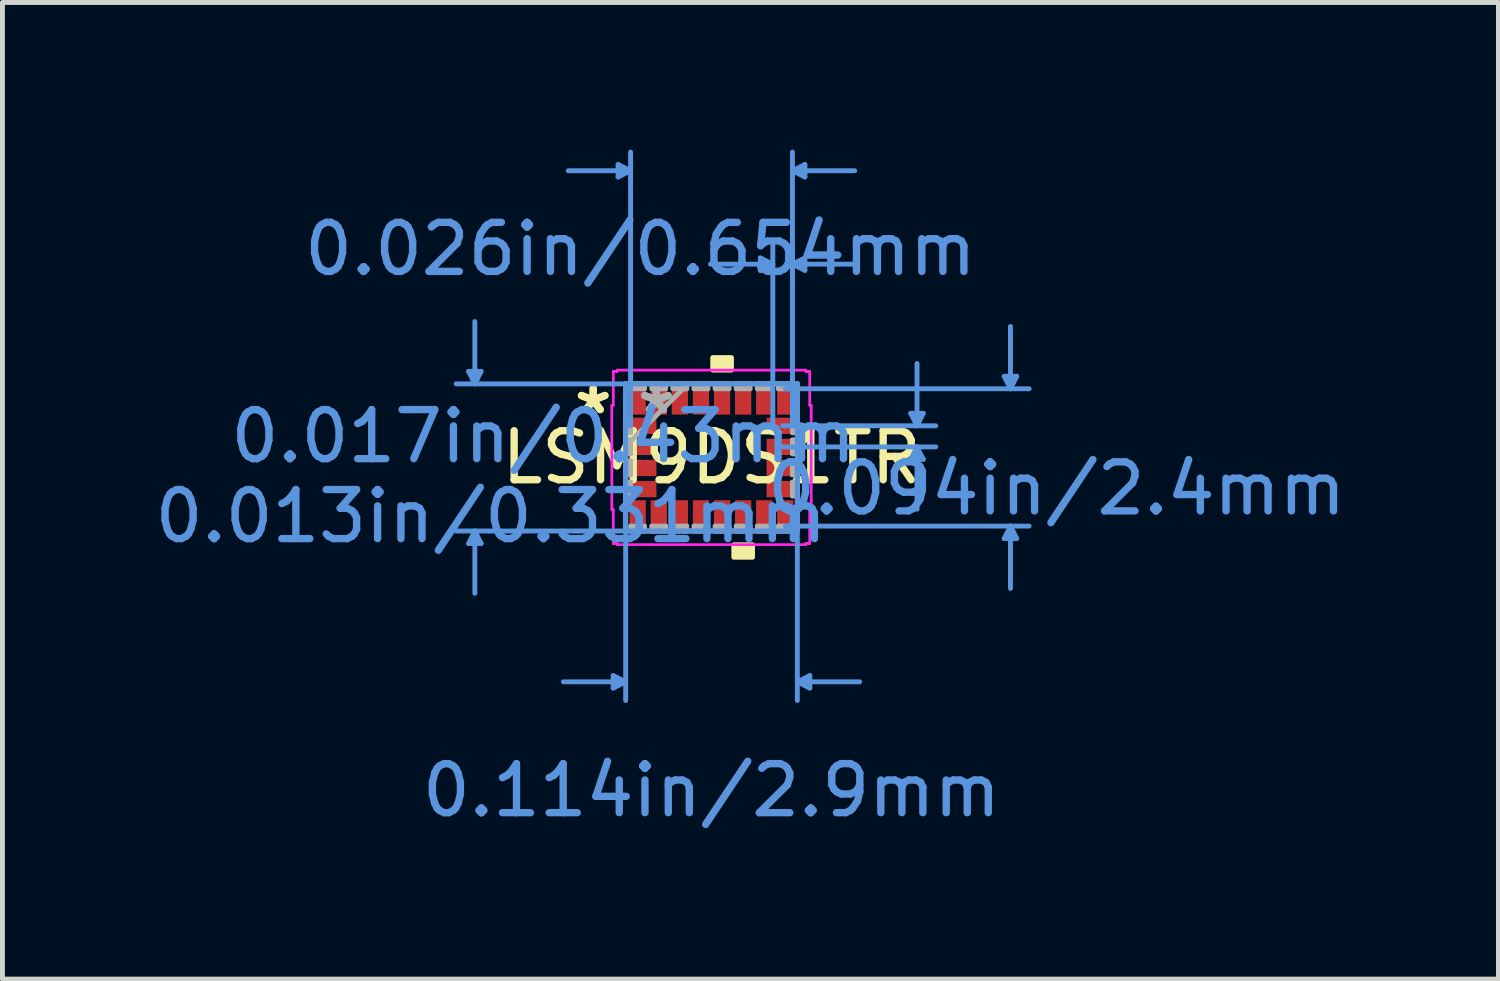
<source format=kicad_pcb>
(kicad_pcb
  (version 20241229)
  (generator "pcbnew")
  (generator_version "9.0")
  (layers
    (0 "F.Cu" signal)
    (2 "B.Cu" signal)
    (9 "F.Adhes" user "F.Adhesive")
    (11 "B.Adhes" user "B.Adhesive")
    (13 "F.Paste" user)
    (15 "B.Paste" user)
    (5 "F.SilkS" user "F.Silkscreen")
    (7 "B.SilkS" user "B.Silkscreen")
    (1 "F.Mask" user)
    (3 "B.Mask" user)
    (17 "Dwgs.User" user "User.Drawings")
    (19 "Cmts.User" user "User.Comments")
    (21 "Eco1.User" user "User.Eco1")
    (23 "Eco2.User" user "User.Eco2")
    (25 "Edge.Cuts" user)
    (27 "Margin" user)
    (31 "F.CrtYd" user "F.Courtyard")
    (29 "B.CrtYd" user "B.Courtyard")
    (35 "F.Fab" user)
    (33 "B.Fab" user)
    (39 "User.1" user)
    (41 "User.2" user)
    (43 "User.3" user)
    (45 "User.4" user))
  (footprint "LSM9DS1TR"
    (layer "F.Cu")
    (at 11.456 6.276)
    (property "Reference" "LSM9DS1TR" (at 0 0 0) (layer "F.SilkS") (effects (font (size 1 1) (thickness 0.15))))
    (attr through_hole)
    (fp_poly (pts (xy 0.025 -1.781) (xy 0.025 -2.035) (xy 0.406 -2.035) (xy 0.406 -1.781)) (stroke (width 0.1) (type solid)) (fill yes) (layer "F.SilkS"))
    (fp_poly (pts (xy 0.455 1.781) (xy 0.455 2.035) (xy 0.836 2.035) (xy 0.836 1.781)) (stroke (width 0.1) (type solid)) (fill yes) (layer "F.SilkS"))
    (fp_line (start -4.952 -1.754) (end -4.698 -1.754) (stroke (width 0.1) (type solid)) (layer "Cmts.User"))
    (fp_line (start -4.952 1.754) (end -4.698 1.754) (stroke (width 0.1) (type solid)) (layer "Cmts.User"))
    (fp_line (start -4.825 -1.5) (end -4.952 -1.754) (stroke (width 0.1) (type solid)) (layer "Cmts.User"))
    (fp_line (start -4.825 -1.5) (end -4.825 -2.77) (stroke (width 0.1) (type solid)) (layer "Cmts.User"))
    (fp_line (start -4.825 -1.5) (end -4.698 -1.754) (stroke (width 0.1) (type solid)) (layer "Cmts.User"))
    (fp_line (start -4.825 1.5) (end -4.952 1.754) (stroke (width 0.1) (type solid)) (layer "Cmts.User"))
    (fp_line (start -4.825 1.5) (end -4.825 2.77) (stroke (width 0.1) (type solid)) (layer "Cmts.User"))
    (fp_line (start -4.825 1.5) (end -4.698 1.754) (stroke (width 0.1) (type solid)) (layer "Cmts.User"))
    (fp_line (start -2.004 4.448) (end -2.004 4.702) (stroke (width 0.1) (type solid)) (layer "Cmts.User"))
    (fp_line (start -1.904 -5.972) (end -1.904 -5.718) (stroke (width 0.1) (type solid)) (layer "Cmts.User"))
    (fp_line (start -1.75 -1.5) (end -1.75 4.956) (stroke (width 0.1) (type solid)) (layer "Cmts.User"))
    (fp_line (start -1.75 4.575) (end -3.02 4.575) (stroke (width 0.1) (type solid)) (layer "Cmts.User"))
    (fp_line (start -1.75 4.575) (end -2.004 4.448) (stroke (width 0.1) (type solid)) (layer "Cmts.User"))
    (fp_line (start -1.75 4.575) (end -2.004 4.702) (stroke (width 0.1) (type solid)) (layer "Cmts.User"))
    (fp_line (start -1.65 -5.845) (end -2.92 -5.845) (stroke (width 0.1) (type solid)) (layer "Cmts.User"))
    (fp_line (start -1.65 -5.845) (end -1.904 -5.972) (stroke (width 0.1) (type solid)) (layer "Cmts.User"))
    (fp_line (start -1.65 -5.845) (end -1.904 -5.718) (stroke (width 0.1) (type solid)) (layer "Cmts.User"))
    (fp_line (start -1.65 -0.645) (end -1.65 -6.226) (stroke (width 0.1) (type solid)) (layer "Cmts.User"))
    (fp_line (start 0.996 -4.067) (end 0.996 -3.813) (stroke (width 0.1) (type solid)) (layer "Cmts.User"))
    (fp_line (start 1.25 -3.94) (end -0.02 -3.94) (stroke (width 0.1) (type solid)) (layer "Cmts.User"))
    (fp_line (start 1.25 -3.94) (end 0.996 -4.067) (stroke (width 0.1) (type solid)) (layer "Cmts.User"))
    (fp_line (start 1.25 -3.94) (end 0.996 -3.813) (stroke (width 0.1) (type solid)) (layer "Cmts.User"))
    (fp_line (start 1.25 -0.645) (end 1.25 -4.321) (stroke (width 0.1) (type solid)) (layer "Cmts.User"))
    (fp_line (start 1.45 -0.645) (end 4.571 -0.645) (stroke (width 0.1) (type solid)) (layer "Cmts.User"))
    (fp_line (start 1.45 -0.215) (end 4.571 -0.215) (stroke (width 0.1) (type solid)) (layer "Cmts.User"))
    (fp_line (start 1.505 -1.4) (end 6.476 -1.4) (stroke (width 0.1) (type solid)) (layer "Cmts.User"))
    (fp_line (start 1.505 1.4) (end 6.476 1.4) (stroke (width 0.1) (type solid)) (layer "Cmts.User"))
    (fp_line (start 1.65 -5.845) (end 1.904 -5.972) (stroke (width 0.1) (type solid)) (layer "Cmts.User"))
    (fp_line (start 1.65 -5.845) (end 1.904 -5.718) (stroke (width 0.1) (type solid)) (layer "Cmts.User"))
    (fp_line (start 1.65 -5.845) (end 2.92 -5.845) (stroke (width 0.1) (type solid)) (layer "Cmts.User"))
    (fp_line (start 1.65 -3.94) (end 1.904 -4.067) (stroke (width 0.1) (type solid)) (layer "Cmts.User"))
    (fp_line (start 1.65 -3.94) (end 1.904 -3.813) (stroke (width 0.1) (type solid)) (layer "Cmts.User"))
    (fp_line (start 1.65 -3.94) (end 2.92 -3.94) (stroke (width 0.1) (type solid)) (layer "Cmts.User"))
    (fp_line (start 1.65 -0.645) (end 1.65 -6.226) (stroke (width 0.1) (type solid)) (layer "Cmts.User"))
    (fp_line (start 1.65 -0.645) (end 1.65 -4.321) (stroke (width 0.1) (type solid)) (layer "Cmts.User"))
    (fp_line (start 1.75 -1.5) (end -5.206 -1.5) (stroke (width 0.1) (type solid)) (layer "Cmts.User"))
    (fp_line (start 1.75 -1.5) (end 1.75 4.956) (stroke (width 0.1) (type solid)) (layer "Cmts.User"))
    (fp_line (start 1.75 1.5) (end -5.206 1.5) (stroke (width 0.1) (type solid)) (layer "Cmts.User"))
    (fp_line (start 1.75 4.575) (end 2.004 4.448) (stroke (width 0.1) (type solid)) (layer "Cmts.User"))
    (fp_line (start 1.75 4.575) (end 2.004 4.702) (stroke (width 0.1) (type solid)) (layer "Cmts.User"))
    (fp_line (start 1.75 4.575) (end 3.02 4.575) (stroke (width 0.1) (type solid)) (layer "Cmts.User"))
    (fp_line (start 1.904 -5.972) (end 1.904 -5.718) (stroke (width 0.1) (type solid)) (layer "Cmts.User"))
    (fp_line (start 1.904 -4.067) (end 1.904 -3.813) (stroke (width 0.1) (type solid)) (layer "Cmts.User"))
    (fp_line (start 2.004 4.448) (end 2.004 4.702) (stroke (width 0.1) (type solid)) (layer "Cmts.User"))
    (fp_line (start 4.063 -0.899) (end 4.317 -0.899) (stroke (width 0.1) (type solid)) (layer "Cmts.User"))
    (fp_line (start 4.063 0.039) (end 4.317 0.039) (stroke (width 0.1) (type solid)) (layer "Cmts.User"))
    (fp_line (start 4.19 -0.645) (end 4.063 -0.899) (stroke (width 0.1) (type solid)) (layer "Cmts.User"))
    (fp_line (start 4.19 -0.645) (end 4.19 -1.915) (stroke (width 0.1) (type solid)) (layer "Cmts.User"))
    (fp_line (start 4.19 -0.645) (end 4.317 -0.899) (stroke (width 0.1) (type solid)) (layer "Cmts.User"))
    (fp_line (start 4.19 -0.215) (end 4.063 0.039) (stroke (width 0.1) (type solid)) (layer "Cmts.User"))
    (fp_line (start 4.19 -0.215) (end 4.19 1.055) (stroke (width 0.1) (type solid)) (layer "Cmts.User"))
    (fp_line (start 4.19 -0.215) (end 4.317 0.039) (stroke (width 0.1) (type solid)) (layer "Cmts.User"))
    (fp_line (start 5.968 -1.654) (end 6.222 -1.654) (stroke (width 0.1) (type solid)) (layer "Cmts.User"))
    (fp_line (start 5.968 1.654) (end 6.222 1.654) (stroke (width 0.1) (type solid)) (layer "Cmts.User"))
    (fp_line (start 6.095 -1.4) (end 5.968 -1.654) (stroke (width 0.1) (type solid)) (layer "Cmts.User"))
    (fp_line (start 6.095 -1.4) (end 6.095 -2.67) (stroke (width 0.1) (type solid)) (layer "Cmts.User"))
    (fp_line (start 6.095 -1.4) (end 6.222 -1.654) (stroke (width 0.1) (type solid)) (layer "Cmts.User"))
    (fp_line (start 6.095 1.4) (end 5.968 1.654) (stroke (width 0.1) (type solid)) (layer "Cmts.User"))
    (fp_line (start 6.095 1.4) (end 6.095 2.67) (stroke (width 0.1) (type solid)) (layer "Cmts.User"))
    (fp_line (start 6.095 1.4) (end 6.222 1.654) (stroke (width 0.1) (type solid)) (layer "Cmts.User"))
    (fp_line (start -2.031 -1.064) (end -2.004 -1.064) (stroke (width 0.05) (type solid)) (layer "F.CrtYd"))
    (fp_line (start -2.031 -1.064) (end -2.004 -1.064) (stroke (width 0.05) (type solid)) (layer "F.CrtYd"))
    (fp_line (start -2.031 1.064) (end -2.031 -1.064) (stroke (width 0.05) (type solid)) (layer "F.CrtYd"))
    (fp_line (start -2.031 1.064) (end -2.031 -1.064) (stroke (width 0.05) (type solid)) (layer "F.CrtYd"))
    (fp_line (start -2.004 -1.754) (end -1.924 -1.754) (stroke (width 0.05) (type solid)) (layer "F.CrtYd"))
    (fp_line (start -2.004 -1.754) (end -1.924 -1.754) (stroke (width 0.05) (type solid)) (layer "F.CrtYd"))
    (fp_line (start -2.004 -1.064) (end -2.004 -1.754) (stroke (width 0.05) (type solid)) (layer "F.CrtYd"))
    (fp_line (start -2.004 -1.064) (end -2.004 -1.754) (stroke (width 0.05) (type solid)) (layer "F.CrtYd"))
    (fp_line (start -2.004 1.064) (end -2.031 1.064) (stroke (width 0.05) (type solid)) (layer "F.CrtYd"))
    (fp_line (start -2.004 1.064) (end -2.031 1.064) (stroke (width 0.05) (type solid)) (layer "F.CrtYd"))
    (fp_line (start -2.004 1.754) (end -2.004 1.064) (stroke (width 0.05) (type solid)) (layer "F.CrtYd"))
    (fp_line (start -2.004 1.754) (end -2.004 1.064) (stroke (width 0.05) (type solid)) (layer "F.CrtYd"))
    (fp_line (start -1.924 -1.781) (end 1.924 -1.781) (stroke (width 0.05) (type solid)) (layer "F.CrtYd"))
    (fp_line (start -1.924 -1.781) (end 1.924 -1.781) (stroke (width 0.05) (type solid)) (layer "F.CrtYd"))
    (fp_line (start -1.924 -1.754) (end -1.924 -1.781) (stroke (width 0.05) (type solid)) (layer "F.CrtYd"))
    (fp_line (start -1.924 -1.754) (end -1.924 -1.781) (stroke (width 0.05) (type solid)) (layer "F.CrtYd"))
    (fp_line (start -1.924 1.754) (end -2.004 1.754) (stroke (width 0.05) (type solid)) (layer "F.CrtYd"))
    (fp_line (start -1.924 1.754) (end -2.004 1.754) (stroke (width 0.05) (type solid)) (layer "F.CrtYd"))
    (fp_line (start -1.924 1.781) (end -1.924 1.754) (stroke (width 0.05) (type solid)) (layer "F.CrtYd"))
    (fp_line (start -1.924 1.781) (end -1.924 1.754) (stroke (width 0.05) (type solid)) (layer "F.CrtYd"))
    (fp_line (start 1.924 -1.781) (end 1.924 -1.754) (stroke (width 0.05) (type solid)) (layer "F.CrtYd"))
    (fp_line (start 1.924 -1.781) (end 1.924 -1.754) (stroke (width 0.05) (type solid)) (layer "F.CrtYd"))
    (fp_line (start 1.924 -1.754) (end 2.004 -1.754) (stroke (width 0.05) (type solid)) (layer "F.CrtYd"))
    (fp_line (start 1.924 -1.754) (end 2.004 -1.754) (stroke (width 0.05) (type solid)) (layer "F.CrtYd"))
    (fp_line (start 1.924 1.754) (end 1.924 1.781) (stroke (width 0.05) (type solid)) (layer "F.CrtYd"))
    (fp_line (start 1.924 1.754) (end 1.924 1.781) (stroke (width 0.05) (type solid)) (layer "F.CrtYd"))
    (fp_line (start 1.924 1.781) (end -1.924 1.781) (stroke (width 0.05) (type solid)) (layer "F.CrtYd"))
    (fp_line (start 1.924 1.781) (end -1.924 1.781) (stroke (width 0.05) (type solid)) (layer "F.CrtYd"))
    (fp_line (start 2.004 -1.754) (end 2.004 -1.064) (stroke (width 0.05) (type solid)) (layer "F.CrtYd"))
    (fp_line (start 2.004 -1.754) (end 2.004 -1.064) (stroke (width 0.05) (type solid)) (layer "F.CrtYd"))
    (fp_line (start 2.004 -1.064) (end 2.031 -1.064) (stroke (width 0.05) (type solid)) (layer "F.CrtYd"))
    (fp_line (start 2.004 -1.064) (end 2.031 -1.064) (stroke (width 0.05) (type solid)) (layer "F.CrtYd"))
    (fp_line (start 2.004 1.064) (end 2.004 1.754) (stroke (width 0.05) (type solid)) (layer "F.CrtYd"))
    (fp_line (start 2.004 1.064) (end 2.004 1.754) (stroke (width 0.05) (type solid)) (layer "F.CrtYd"))
    (fp_line (start 2.004 1.754) (end 1.924 1.754) (stroke (width 0.05) (type solid)) (layer "F.CrtYd"))
    (fp_line (start 2.004 1.754) (end 1.924 1.754) (stroke (width 0.05) (type solid)) (layer "F.CrtYd"))
    (fp_line (start 2.031 -1.064) (end 2.031 1.064) (stroke (width 0.05) (type solid)) (layer "F.CrtYd"))
    (fp_line (start 2.031 -1.064) (end 2.031 1.064) (stroke (width 0.05) (type solid)) (layer "F.CrtYd"))
    (fp_line (start 2.031 1.064) (end 2.004 1.064) (stroke (width 0.05) (type solid)) (layer "F.CrtYd"))
    (fp_line (start 2.031 1.064) (end 2.004 1.064) (stroke (width 0.05) (type solid)) (layer "F.CrtYd"))
    (fp_line (start -1.75 -1.5) (end -1.75 -1.5) (stroke (width 0.1) (type solid)) (layer "F.Fab"))
    (fp_line (start -1.75 -1.5) (end -1.75 1.5) (stroke (width 0.1) (type solid)) (layer "F.Fab"))
    (fp_line (start -1.75 -0.785) (end -1.65 -0.785) (stroke (width 0.1) (type solid)) (layer "F.Fab"))
    (fp_line (start -1.75 -0.505) (end -1.75 -0.785) (stroke (width 0.1) (type solid)) (layer "F.Fab"))
    (fp_line (start -1.75 -0.355) (end -1.65 -0.355) (stroke (width 0.1) (type solid)) (layer "F.Fab"))
    (fp_line (start -1.75 -0.23) (end -0.48 -1.5) (stroke (width 0.1) (type solid)) (layer "F.Fab"))
    (fp_line (start -1.75 -0.075) (end -1.75 -0.355) (stroke (width 0.1) (type solid)) (layer "F.Fab"))
    (fp_line (start -1.75 0.075) (end -1.65 0.075) (stroke (width 0.1) (type solid)) (layer "F.Fab"))
    (fp_line (start -1.75 0.355) (end -1.75 0.075) (stroke (width 0.1) (type solid)) (layer "F.Fab"))
    (fp_line (start -1.75 0.505) (end -1.65 0.505) (stroke (width 0.1) (type solid)) (layer "F.Fab"))
    (fp_line (start -1.75 0.785) (end -1.75 0.505) (stroke (width 0.1) (type solid)) (layer "F.Fab"))
    (fp_line (start -1.75 1.5) (end -1.75 1.5) (stroke (width 0.1) (type solid)) (layer "F.Fab"))
    (fp_line (start -1.75 1.5) (end 1.75 1.5) (stroke (width 0.1) (type solid)) (layer "F.Fab"))
    (fp_line (start -1.65 -0.785) (end -1.65 -0.505) (stroke (width 0.1) (type solid)) (layer "F.Fab"))
    (fp_line (start -1.65 -0.505) (end -1.75 -0.505) (stroke (width 0.1) (type solid)) (layer "F.Fab"))
    (fp_line (start -1.65 -0.355) (end -1.65 -0.075) (stroke (width 0.1) (type solid)) (layer "F.Fab"))
    (fp_line (start -1.65 -0.075) (end -1.75 -0.075) (stroke (width 0.1) (type solid)) (layer "F.Fab"))
    (fp_line (start -1.65 0.075) (end -1.65 0.355) (stroke (width 0.1) (type solid)) (layer "F.Fab"))
    (fp_line (start -1.65 0.355) (end -1.75 0.355) (stroke (width 0.1) (type solid)) (layer "F.Fab"))
    (fp_line (start -1.65 0.505) (end -1.65 0.785) (stroke (width 0.1) (type solid)) (layer "F.Fab"))
    (fp_line (start -1.65 0.785) (end -1.75 0.785) (stroke (width 0.1) (type solid)) (layer "F.Fab"))
    (fp_line (start -1.645 -1.5) (end -1.365 -1.5) (stroke (width 0.1) (type solid)) (layer "F.Fab"))
    (fp_line (start -1.645 -1.4) (end -1.645 -1.5) (stroke (width 0.1) (type solid)) (layer "F.Fab"))
    (fp_line (start -1.645 1.4) (end -1.365 1.4) (stroke (width 0.1) (type solid)) (layer "F.Fab"))
    (fp_line (start -1.645 1.5) (end -1.645 1.4) (stroke (width 0.1) (type solid)) (layer "F.Fab"))
    (fp_line (start -1.365 -1.5) (end -1.365 -1.4) (stroke (width 0.1) (type solid)) (layer "F.Fab"))
    (fp_line (start -1.365 -1.4) (end -1.645 -1.4) (stroke (width 0.1) (type solid)) (layer "F.Fab"))
    (fp_line (start -1.365 1.4) (end -1.365 1.5) (stroke (width 0.1) (type solid)) (layer "F.Fab"))
    (fp_line (start -1.365 1.5) (end -1.645 1.5) (stroke (width 0.1) (type solid)) (layer "F.Fab"))
    (fp_line (start -1.215 -1.5) (end -0.935 -1.5) (stroke (width 0.1) (type solid)) (layer "F.Fab"))
    (fp_line (start -1.215 -1.4) (end -1.215 -1.5) (stroke (width 0.1) (type solid)) (layer "F.Fab"))
    (fp_line (start -1.215 1.4) (end -0.935 1.4) (stroke (width 0.1) (type solid)) (layer "F.Fab"))
    (fp_line (start -1.215 1.5) (end -1.215 1.4) (stroke (width 0.1) (type solid)) (layer "F.Fab"))
    (fp_line (start -0.935 -1.5) (end -0.935 -1.4) (stroke (width 0.1) (type solid)) (layer "F.Fab"))
    (fp_line (start -0.935 -1.4) (end -1.215 -1.4) (stroke (width 0.1) (type solid)) (layer "F.Fab"))
    (fp_line (start -0.935 1.4) (end -0.935 1.5) (stroke (width 0.1) (type solid)) (layer "F.Fab"))
    (fp_line (start -0.935 1.5) (end -1.215 1.5) (stroke (width 0.1) (type solid)) (layer "F.Fab"))
    (fp_line (start -0.785 -1.5) (end -0.505 -1.5) (stroke (width 0.1) (type solid)) (layer "F.Fab"))
    (fp_line (start -0.785 -1.4) (end -0.785 -1.5) (stroke (width 0.1) (type solid)) (layer "F.Fab"))
    (fp_line (start -0.785 1.4) (end -0.505 1.4) (stroke (width 0.1) (type solid)) (layer "F.Fab"))
    (fp_line (start -0.785 1.5) (end -0.785 1.4) (stroke (width 0.1) (type solid)) (layer "F.Fab"))
    (fp_line (start -0.505 -1.5) (end -0.505 -1.4) (stroke (width 0.1) (type solid)) (layer "F.Fab"))
    (fp_line (start -0.505 -1.4) (end -0.785 -1.4) (stroke (width 0.1) (type solid)) (layer "F.Fab"))
    (fp_line (start -0.505 1.4) (end -0.505 1.5) (stroke (width 0.1) (type solid)) (layer "F.Fab"))
    (fp_line (start -0.505 1.5) (end -0.785 1.5) (stroke (width 0.1) (type solid)) (layer "F.Fab"))
    (fp_line (start -0.355 -1.5) (end -0.075 -1.5) (stroke (width 0.1) (type solid)) (layer "F.Fab"))
    (fp_line (start -0.355 -1.4) (end -0.355 -1.5) (stroke (width 0.1) (type solid)) (layer "F.Fab"))
    (fp_line (start -0.355 1.4) (end -0.075 1.4) (stroke (width 0.1) (type solid)) (layer "F.Fab"))
    (fp_line (start -0.355 1.5) (end -0.355 1.4) (stroke (width 0.1) (type solid)) (layer "F.Fab"))
    (fp_line (start -0.075 -1.5) (end -0.075 -1.4) (stroke (width 0.1) (type solid)) (layer "F.Fab"))
    (fp_line (start -0.075 -1.4) (end -0.355 -1.4) (stroke (width 0.1) (type solid)) (layer "F.Fab"))
    (fp_line (start -0.075 1.4) (end -0.075 1.5) (stroke (width 0.1) (type solid)) (layer "F.Fab"))
    (fp_line (start -0.075 1.5) (end -0.355 1.5) (stroke (width 0.1) (type solid)) (layer "F.Fab"))
    (fp_line (start 0.075 -1.5) (end 0.355 -1.5) (stroke (width 0.1) (type solid)) (layer "F.Fab"))
    (fp_line (start 0.075 -1.4) (end 0.075 -1.5) (stroke (width 0.1) (type solid)) (layer "F.Fab"))
    (fp_line (start 0.075 1.4) (end 0.355 1.4) (stroke (width 0.1) (type solid)) (layer "F.Fab"))
    (fp_line (start 0.075 1.5) (end 0.075 1.4) (stroke (width 0.1) (type solid)) (layer "F.Fab"))
    (fp_line (start 0.355 -1.5) (end 0.355 -1.4) (stroke (width 0.1) (type solid)) (layer "F.Fab"))
    (fp_line (start 0.355 -1.4) (end 0.075 -1.4) (stroke (width 0.1) (type solid)) (layer "F.Fab"))
    (fp_line (start 0.355 1.4) (end 0.355 1.5) (stroke (width 0.1) (type solid)) (layer "F.Fab"))
    (fp_line (start 0.355 1.5) (end 0.075 1.5) (stroke (width 0.1) (type solid)) (layer "F.Fab"))
    (fp_line (start 0.505 -1.5) (end 0.785 -1.5) (stroke (width 0.1) (type solid)) (layer "F.Fab"))
    (fp_line (start 0.505 -1.4) (end 0.505 -1.5) (stroke (width 0.1) (type solid)) (layer "F.Fab"))
    (fp_line (start 0.505 1.4) (end 0.785 1.4) (stroke (width 0.1) (type solid)) (layer "F.Fab"))
    (fp_line (start 0.505 1.5) (end 0.505 1.4) (stroke (width 0.1) (type solid)) (layer "F.Fab"))
    (fp_line (start 0.785 -1.5) (end 0.785 -1.4) (stroke (width 0.1) (type solid)) (layer "F.Fab"))
    (fp_line (start 0.785 -1.4) (end 0.505 -1.4) (stroke (width 0.1) (type solid)) (layer "F.Fab"))
    (fp_line (start 0.785 1.4) (end 0.785 1.5) (stroke (width 0.1) (type solid)) (layer "F.Fab"))
    (fp_line (start 0.785 1.5) (end 0.505 1.5) (stroke (width 0.1) (type solid)) (layer "F.Fab"))
    (fp_line (start 0.935 -1.5) (end 1.215 -1.5) (stroke (width 0.1) (type solid)) (layer "F.Fab"))
    (fp_line (start 0.935 -1.4) (end 0.935 -1.5) (stroke (width 0.1) (type solid)) (layer "F.Fab"))
    (fp_line (start 0.935 1.4) (end 1.215 1.4) (stroke (width 0.1) (type solid)) (layer "F.Fab"))
    (fp_line (start 0.935 1.5) (end 0.935 1.4) (stroke (width 0.1) (type solid)) (layer "F.Fab"))
    (fp_line (start 1.215 -1.5) (end 1.215 -1.4) (stroke (width 0.1) (type solid)) (layer "F.Fab"))
    (fp_line (start 1.215 -1.4) (end 0.935 -1.4) (stroke (width 0.1) (type solid)) (layer "F.Fab"))
    (fp_line (start 1.215 1.4) (end 1.215 1.5) (stroke (width 0.1) (type solid)) (layer "F.Fab"))
    (fp_line (start 1.215 1.5) (end 0.935 1.5) (stroke (width 0.1) (type solid)) (layer "F.Fab"))
    (fp_line (start 1.365 -1.5) (end 1.645 -1.5) (stroke (width 0.1) (type solid)) (layer "F.Fab"))
    (fp_line (start 1.365 -1.4) (end 1.365 -1.5) (stroke (width 0.1) (type solid)) (layer "F.Fab"))
    (fp_line (start 1.365 1.4) (end 1.645 1.4) (stroke (width 0.1) (type solid)) (layer "F.Fab"))
    (fp_line (start 1.365 1.5) (end 1.365 1.4) (stroke (width 0.1) (type solid)) (layer "F.Fab"))
    (fp_line (start 1.645 -1.5) (end 1.645 -1.4) (stroke (width 0.1) (type solid)) (layer "F.Fab"))
    (fp_line (start 1.645 -1.4) (end 1.365 -1.4) (stroke (width 0.1) (type solid)) (layer "F.Fab"))
    (fp_line (start 1.645 1.4) (end 1.645 1.5) (stroke (width 0.1) (type solid)) (layer "F.Fab"))
    (fp_line (start 1.645 1.5) (end 1.365 1.5) (stroke (width 0.1) (type solid)) (layer "F.Fab"))
    (fp_line (start 1.65 -0.785) (end 1.75 -0.785) (stroke (width 0.1) (type solid)) (layer "F.Fab"))
    (fp_line (start 1.65 -0.505) (end 1.65 -0.785) (stroke (width 0.1) (type solid)) (layer "F.Fab"))
    (fp_line (start 1.65 -0.355) (end 1.75 -0.355) (stroke (width 0.1) (type solid)) (layer "F.Fab"))
    (fp_line (start 1.65 -0.075) (end 1.65 -0.355) (stroke (width 0.1) (type solid)) (layer "F.Fab"))
    (fp_line (start 1.65 0.075) (end 1.75 0.075) (stroke (width 0.1) (type solid)) (layer "F.Fab"))
    (fp_line (start 1.65 0.355) (end 1.65 0.075) (stroke (width 0.1) (type solid)) (layer "F.Fab"))
    (fp_line (start 1.65 0.505) (end 1.75 0.505) (stroke (width 0.1) (type solid)) (layer "F.Fab"))
    (fp_line (start 1.65 0.785) (end 1.65 0.505) (stroke (width 0.1) (type solid)) (layer "F.Fab"))
    (fp_line (start 1.75 -1.5) (end -1.75 -1.5) (stroke (width 0.1) (type solid)) (layer "F.Fab"))
    (fp_line (start 1.75 -1.5) (end 1.75 -1.5) (stroke (width 0.1) (type solid)) (layer "F.Fab"))
    (fp_line (start 1.75 -0.785) (end 1.75 -0.505) (stroke (width 0.1) (type solid)) (layer "F.Fab"))
    (fp_line (start 1.75 -0.505) (end 1.65 -0.505) (stroke (width 0.1) (type solid)) (layer "F.Fab"))
    (fp_line (start 1.75 -0.355) (end 1.75 -0.075) (stroke (width 0.1) (type solid)) (layer "F.Fab"))
    (fp_line (start 1.75 -0.075) (end 1.65 -0.075) (stroke (width 0.1) (type solid)) (layer "F.Fab"))
    (fp_line (start 1.75 0.075) (end 1.75 0.355) (stroke (width 0.1) (type solid)) (layer "F.Fab"))
    (fp_line (start 1.75 0.355) (end 1.65 0.355) (stroke (width 0.1) (type solid)) (layer "F.Fab"))
    (fp_line (start 1.75 0.505) (end 1.75 0.785) (stroke (width 0.1) (type solid)) (layer "F.Fab"))
    (fp_line (start 1.75 0.785) (end 1.65 0.785) (stroke (width 0.1) (type solid)) (layer "F.Fab"))
    (fp_line (start 1.75 1.5) (end 1.75 -1.5) (stroke (width 0.1) (type solid)) (layer "F.Fab"))
    (fp_line (start 1.75 1.5) (end 1.75 1.5) (stroke (width 0.1) (type solid)) (layer "F.Fab"))
    (fp_text user "*" (at -2.412 -0.86 0) (layer "F.SilkS") (effects (font (size 1 1) (thickness 0.15))))
    (fp_text user "*" (at -2.412 -0.86 0) (layer "F.SilkS") (effects (font (size 1 1) (thickness 0.15))))
    (fp_text user "0.013in/0.331mm" (at -4.498 1.2 0) (layer "Cmts.User") (effects (font (size 1 1) (thickness 0.15))))
    (fp_text user "0.017in/0.43mm" (at -3.428 -0.43 0) (layer "Cmts.User") (effects (font (size 1 1) (thickness 0.15))))
    (fp_text user "Copyright 2021 Accelerated Designs. All rights reserved." (at 0 0 0) (layer "Cmts.User") (effects (font (size 0.127 0.127) (thickness 0.002))))
    (fp_text user "0.094in/2.4mm" (at 7.038 0.635 0) (layer "Cmts.User") (effects (font (size 1 1) (thickness 0.15))))
    (fp_text user "0.114in/2.9mm" (at 0 6.788 0) (layer "Cmts.User") (effects (font (size 1 1) (thickness 0.15))))
    (fp_text user "0.026in/0.654mm" (at -1.45 -4.248 0) (layer "Cmts.User") (effects (font (size 1 1) (thickness 0.15))))
    (fp_text user "*" (at -1.123 -0.86 0) (layer "F.Fab") (effects (font (size 1 1) (thickness 0.15))))
    (fp_text user "*" (at -1.123 -0.86 0) (layer "F.Fab") (effects (font (size 1 1) (thickness 0.15))))
    (pad "1" smd rect (at -1.505 -1.2) (size 0.331 0.654) (layers "F.Cu" "F.Mask" "F.Paste"))
    (pad "2" smd rect (at -1.45 -0.645 90) (size 0.331 0.654) (layers "F.Cu" "F.Mask" "F.Paste"))
    (pad "3" smd rect (at -1.45 -0.215 90) (size 0.331 0.654) (layers "F.Cu" "F.Mask" "F.Paste"))
    (pad "4" smd rect (at -1.45 0.215 90) (size 0.331 0.654) (layers "F.Cu" "F.Mask" "F.Paste"))
    (pad "5" smd rect (at -1.45 0.645 90) (size 0.331 0.654) (layers "F.Cu" "F.Mask" "F.Paste"))
    (pad "6" smd rect (at -1.505 1.2) (size 0.331 0.654) (layers "F.Cu" "F.Mask" "F.Paste"))
    (pad "7" smd rect (at -1.075 1.2) (size 0.331 0.654) (layers "F.Cu" "F.Mask" "F.Paste"))
    (pad "8" smd rect (at -0.645 1.2) (size 0.331 0.654) (layers "F.Cu" "F.Mask" "F.Paste"))
    (pad "9" smd rect (at -0.215 1.2) (size 0.331 0.654) (layers "F.Cu" "F.Mask" "F.Paste"))
    (pad "10" smd rect (at 0.215 1.2) (size 0.331 0.654) (layers "F.Cu" "F.Mask" "F.Paste"))
    (pad "11" smd rect (at 0.645 1.2) (size 0.331 0.654) (layers "F.Cu" "F.Mask" "F.Paste"))
    (pad "12" smd rect (at 1.075 1.2) (size 0.331 0.654) (layers "F.Cu" "F.Mask" "F.Paste"))
    (pad "13" smd rect (at 1.505 1.2) (size 0.331 0.654) (layers "F.Cu" "F.Mask" "F.Paste"))
    (pad "14" smd rect (at 1.45 0.645 90) (size 0.331 0.654) (layers "F.Cu" "F.Mask" "F.Paste"))
    (pad "15" smd rect (at 1.45 0.215 90) (size 0.331 0.654) (layers "F.Cu" "F.Mask" "F.Paste"))
    (pad "16" smd rect (at 1.45 -0.215 90) (size 0.331 0.654) (layers "F.Cu" "F.Mask" "F.Paste"))
    (pad "17" smd rect (at 1.45 -0.645 90) (size 0.331 0.654) (layers "F.Cu" "F.Mask" "F.Paste"))
    (pad "18" smd rect (at 1.505 -1.2) (size 0.331 0.654) (layers "F.Cu" "F.Mask" "F.Paste"))
    (pad "19" smd rect (at 1.075 -1.2) (size 0.331 0.654) (layers "F.Cu" "F.Mask" "F.Paste"))
    (pad "20" smd rect (at 0.645 -1.2) (size 0.331 0.654) (layers "F.Cu" "F.Mask" "F.Paste"))
    (pad "21" smd rect (at 0.215 -1.2) (size 0.331 0.654) (layers "F.Cu" "F.Mask" "F.Paste"))
    (pad "22" smd rect (at -0.215 -1.2) (size 0.331 0.654) (layers "F.Cu" "F.Mask" "F.Paste"))
    (pad "23" smd rect (at -0.645 -1.2) (size 0.331 0.654) (layers "F.Cu" "F.Mask" "F.Paste"))
    (pad "24" smd rect (at -1.075 -1.2) (size 0.331 0.654) (layers "F.Cu" "F.Mask" "F.Paste")))
  (gr_rect
    (start -3 -3)
    (end 27.5 16.912)
    (stroke (width 0.1) (type default))
    (fill no)
    (layer "Edge.Cuts")))
</source>
